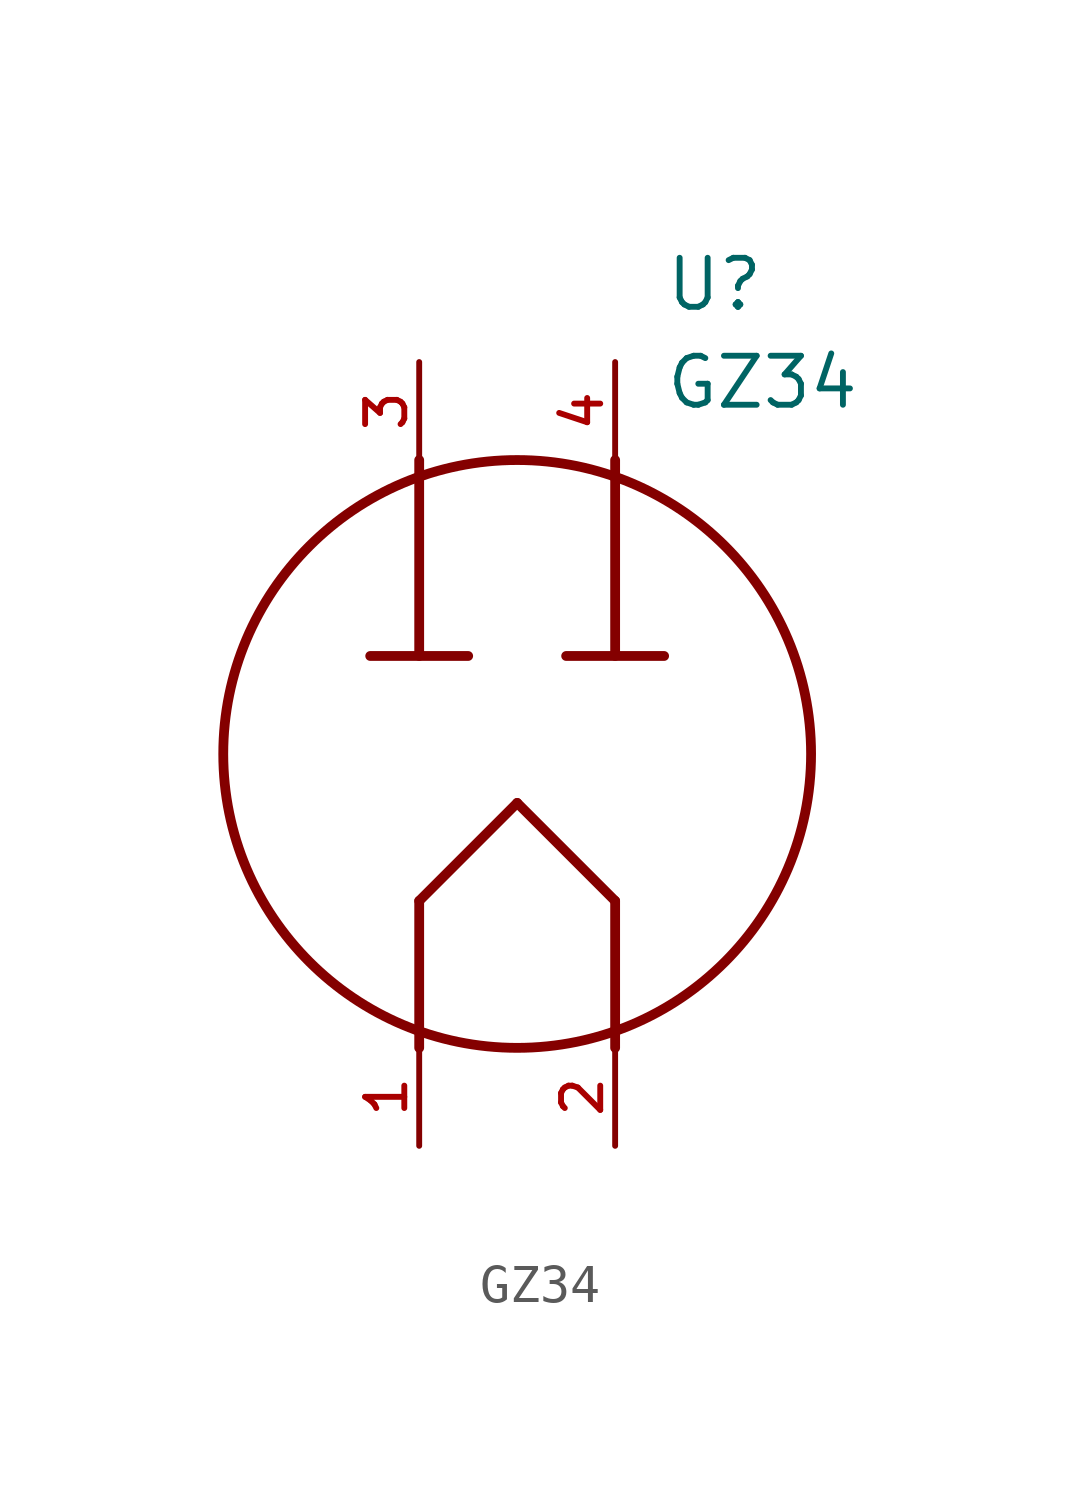
<source format=kicad_sym>
(kicad_symbol_lib
  (version 20211014)
  (generator kicad_symbol_editor)
  (symbol "GZ34"
    (pin_names
      (offset 1.016))
    (property "Reference" "U"
      (at 3.81 11.43 0)
      (effects (font (size 1.27 1.27)) (justify left bottom)))
    (property "Value" "GZ34"
      (at 3.81 8.89 0)
      (effects (font (size 1.27 1.27)) (justify left bottom)))
    (symbol "GZ34_0_0"
      (polyline (pts (xy -3.81 2.54) (xy -1.27 2.54)) (stroke (width 0.254) (type default) (color 0 0 0 0)) (fill (type none)))
      (polyline (pts (xy -2.54 -7.62) (xy -2.54 -3.81)) (stroke (width 0.254) (type default) (color 0 0 0 0)) (fill (type none)))
      (polyline (pts (xy -2.54 -3.81) (xy 0 -1.27)) (stroke (width 0.254) (type default) (color 0 0 0 0)) (fill (type none)))
      (polyline (pts (xy -2.54 7.62) (xy -2.54 2.54)) (stroke (width 0.254) (type default) (color 0 0 0 0)) (fill (type none)))
      (polyline (pts (xy 0 -1.27) (xy 2.54 -3.81)) (stroke (width 0.254) (type default) (color 0 0 0 0)) (fill (type none)))
      (polyline (pts (xy 1.27 2.54) (xy 3.81 2.54)) (stroke (width 0.254) (type default) (color 0 0 0 0)) (fill (type none)))
      (polyline (pts (xy 2.54 -3.81) (xy 2.54 -7.62)) (stroke (width 0.254) (type default) (color 0 0 0 0)) (fill (type none)))
      (polyline (pts (xy 2.54 7.62) (xy 2.54 2.54)) (stroke (width 0.254) (type default) (color 0 0 0 0)) (fill (type none)))
      (circle (center 0 0) (radius 7.62) (stroke (width 0.254) (type default) (color 0 0 0 0)) (fill (type none)))
      (pin passive line (at -2.54 -10.16 90) (length 2.54) (name "~" (effects (font (size 1.016 1.016)))) (number "1" (effects (font (size 1.016 1.016)))))
      (pin passive line (at 2.54 -10.16 90) (length 2.54) (name "~" (effects (font (size 1.016 1.016)))) (number "2" (effects (font (size 1.016 1.016)))))
      (pin passive line (at -2.54 10.16 270) (length 2.54) (name "~" (effects (font (size 1.016 1.016)))) (number "3" (effects (font (size 1.016 1.016)))))
      (pin passive line (at 2.54 10.16 270) (length 2.54) (name "~" (effects (font (size 1.016 1.016)))) (number "4" (effects (font (size 1.016 1.016))))))))
</source>
